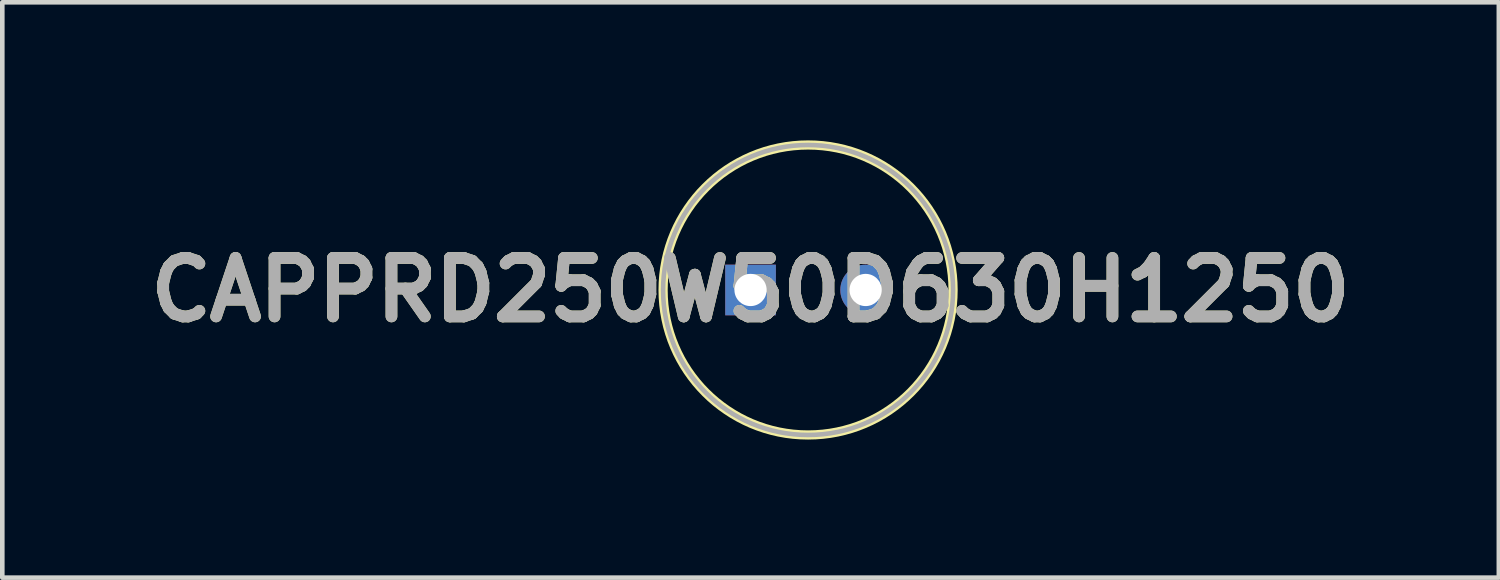
<source format=kicad_pcb>
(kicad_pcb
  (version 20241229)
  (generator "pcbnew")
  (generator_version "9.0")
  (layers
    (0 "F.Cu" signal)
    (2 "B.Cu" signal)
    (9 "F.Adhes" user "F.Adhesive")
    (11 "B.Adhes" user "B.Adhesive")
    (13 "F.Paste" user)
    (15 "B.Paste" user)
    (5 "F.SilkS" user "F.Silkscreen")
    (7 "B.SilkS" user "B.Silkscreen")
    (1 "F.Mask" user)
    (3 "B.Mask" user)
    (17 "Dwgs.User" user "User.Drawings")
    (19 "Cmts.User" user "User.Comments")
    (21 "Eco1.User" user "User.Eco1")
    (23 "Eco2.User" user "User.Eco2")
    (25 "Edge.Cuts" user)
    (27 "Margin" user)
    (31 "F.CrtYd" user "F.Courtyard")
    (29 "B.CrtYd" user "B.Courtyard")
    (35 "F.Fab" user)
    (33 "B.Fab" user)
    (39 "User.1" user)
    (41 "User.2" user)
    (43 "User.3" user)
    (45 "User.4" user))
  (footprint "CAPPRD250W50D630H1250"
    (layer "F.Cu")
    (at 13.256 3.25)
    (property "Reference" "CAPPRD250W50D630H1250" (at 0 0 0) (layer "F.SilkS") (effects (font (size 1.27 1.27) (thickness 0.254))))
    (attr through_hole)
    (fp_circle (center 1.25 0) (end 1.25 3.15) (stroke (width 0.2) (type solid)) (fill no) (layer "F.SilkS"))
    (fp_circle (center 1.25 0) (end 1.25 3.15) (stroke (width 0.1) (type solid)) (fill no) (layer "F.Fab"))
    (fp_text user "${REFERENCE}" (at 0 0 0) (layer "F.Fab") (effects (font (size 1.27 1.27) (thickness 0.254))))
    (pad "1" thru_hole rect (at 0 0) (size 1.1 1.1) (drill 0.7) (layers "*.Cu" "*.Mask"))
    (pad "2" thru_hole circle (at 2.5 0) (size 1.1 1.1) (drill 0.7) (layers "*.Cu" "*.Mask")))
  (gr_rect
    (start -3 -3)
    (end 29.513 9.5)
    (stroke (width 0.1) (type default))
    (fill no)
    (layer "Edge.Cuts")))
</source>
